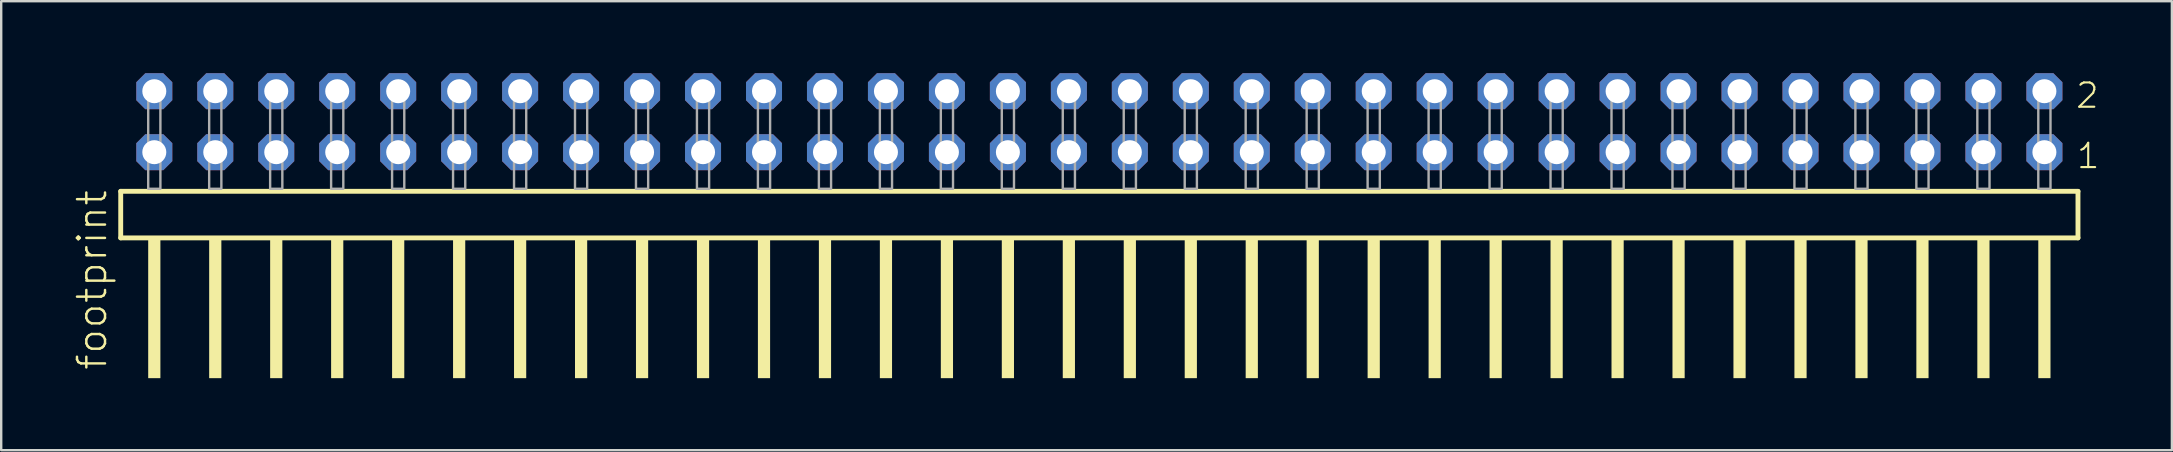
<source format=kicad_pcb>
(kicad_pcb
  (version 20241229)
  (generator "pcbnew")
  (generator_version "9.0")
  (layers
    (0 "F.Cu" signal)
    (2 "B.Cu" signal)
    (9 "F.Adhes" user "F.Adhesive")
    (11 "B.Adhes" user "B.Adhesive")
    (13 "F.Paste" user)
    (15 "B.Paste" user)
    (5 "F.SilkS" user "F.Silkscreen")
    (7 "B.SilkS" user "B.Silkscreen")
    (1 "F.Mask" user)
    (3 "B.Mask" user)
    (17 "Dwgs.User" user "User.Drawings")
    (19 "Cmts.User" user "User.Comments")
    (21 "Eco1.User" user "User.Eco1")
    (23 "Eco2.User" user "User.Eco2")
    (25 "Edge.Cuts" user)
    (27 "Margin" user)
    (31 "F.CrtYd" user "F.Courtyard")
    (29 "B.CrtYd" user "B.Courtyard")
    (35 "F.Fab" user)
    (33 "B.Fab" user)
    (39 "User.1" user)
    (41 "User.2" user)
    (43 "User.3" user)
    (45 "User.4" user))
  (footprint "footprint"
    (layer "F.Cu")
    (at 42.748 4.814)
    (property "Reference" "footprint" (at -41.275 7.62 90) (layer "F.SilkS") (effects (font (size 1.168 1.168) (thickness 0.102)) (justify left bottom)))
    (fp_line (start -40.769 0.106) (end -40.769 2.046) (stroke (width 0.203) (type solid)) (layer "F.SilkS"))
    (fp_line (start -40.769 2.046) (end 40.769 2.046) (stroke (width 0.203) (type solid)) (layer "F.SilkS"))
    (fp_line (start 40.769 0.106) (end -40.769 0.106) (stroke (width 0.203) (type solid)) (layer "F.SilkS"))
    (fp_line (start 40.769 2.046) (end 40.769 0.106) (stroke (width 0.203) (type solid)) (layer "F.SilkS"))
    (fp_poly (pts (xy -39.624 7.89) (xy -39.116 7.89) (xy -39.116 2.04) (xy -39.624 2.04)) (stroke (width 0) (type solid)) (fill yes) (layer "F.SilkS"))
    (fp_poly (pts (xy -37.084 7.89) (xy -36.576 7.89) (xy -36.576 2.04) (xy -37.084 2.04)) (stroke (width 0) (type solid)) (fill yes) (layer "F.SilkS"))
    (fp_poly (pts (xy -34.544 7.89) (xy -34.036 7.89) (xy -34.036 2.04) (xy -34.544 2.04)) (stroke (width 0) (type solid)) (fill yes) (layer "F.SilkS"))
    (fp_poly (pts (xy -32.004 7.89) (xy -31.496 7.89) (xy -31.496 2.04) (xy -32.004 2.04)) (stroke (width 0) (type solid)) (fill yes) (layer "F.SilkS"))
    (fp_poly (pts (xy -29.464 7.89) (xy -28.956 7.89) (xy -28.956 2.04) (xy -29.464 2.04)) (stroke (width 0) (type solid)) (fill yes) (layer "F.SilkS"))
    (fp_poly (pts (xy -26.924 7.89) (xy -26.416 7.89) (xy -26.416 2.04) (xy -26.924 2.04)) (stroke (width 0) (type solid)) (fill yes) (layer "F.SilkS"))
    (fp_poly (pts (xy -24.384 7.89) (xy -23.876 7.89) (xy -23.876 2.04) (xy -24.384 2.04)) (stroke (width 0) (type solid)) (fill yes) (layer "F.SilkS"))
    (fp_poly (pts (xy -21.844 7.89) (xy -21.336 7.89) (xy -21.336 2.04) (xy -21.844 2.04)) (stroke (width 0) (type solid)) (fill yes) (layer "F.SilkS"))
    (fp_poly (pts (xy -19.304 7.89) (xy -18.796 7.89) (xy -18.796 2.04) (xy -19.304 2.04)) (stroke (width 0) (type solid)) (fill yes) (layer "F.SilkS"))
    (fp_poly (pts (xy -16.764 7.89) (xy -16.256 7.89) (xy -16.256 2.04) (xy -16.764 2.04)) (stroke (width 0) (type solid)) (fill yes) (layer "F.SilkS"))
    (fp_poly (pts (xy -14.224 7.89) (xy -13.716 7.89) (xy -13.716 2.04) (xy -14.224 2.04)) (stroke (width 0) (type solid)) (fill yes) (layer "F.SilkS"))
    (fp_poly (pts (xy -11.684 7.89) (xy -11.176 7.89) (xy -11.176 2.04) (xy -11.684 2.04)) (stroke (width 0) (type solid)) (fill yes) (layer "F.SilkS"))
    (fp_poly (pts (xy -9.144 7.89) (xy -8.636 7.89) (xy -8.636 2.04) (xy -9.144 2.04)) (stroke (width 0) (type solid)) (fill yes) (layer "F.SilkS"))
    (fp_poly (pts (xy -6.604 7.89) (xy -6.096 7.89) (xy -6.096 2.04) (xy -6.604 2.04)) (stroke (width 0) (type solid)) (fill yes) (layer "F.SilkS"))
    (fp_poly (pts (xy -4.064 7.89) (xy -3.556 7.89) (xy -3.556 2.04) (xy -4.064 2.04)) (stroke (width 0) (type solid)) (fill yes) (layer "F.SilkS"))
    (fp_poly (pts (xy -1.524 7.89) (xy -1.016 7.89) (xy -1.016 2.04) (xy -1.524 2.04)) (stroke (width 0) (type solid)) (fill yes) (layer "F.SilkS"))
    (fp_poly (pts (xy 1.016 7.89) (xy 1.524 7.89) (xy 1.524 2.04) (xy 1.016 2.04)) (stroke (width 0) (type solid)) (fill yes) (layer "F.SilkS"))
    (fp_poly (pts (xy 3.556 7.89) (xy 4.064 7.89) (xy 4.064 2.04) (xy 3.556 2.04)) (stroke (width 0) (type solid)) (fill yes) (layer "F.SilkS"))
    (fp_poly (pts (xy 6.096 7.89) (xy 6.604 7.89) (xy 6.604 2.04) (xy 6.096 2.04)) (stroke (width 0) (type solid)) (fill yes) (layer "F.SilkS"))
    (fp_poly (pts (xy 8.636 7.89) (xy 9.144 7.89) (xy 9.144 2.04) (xy 8.636 2.04)) (stroke (width 0) (type solid)) (fill yes) (layer "F.SilkS"))
    (fp_poly (pts (xy 11.176 7.89) (xy 11.684 7.89) (xy 11.684 2.04) (xy 11.176 2.04)) (stroke (width 0) (type solid)) (fill yes) (layer "F.SilkS"))
    (fp_poly (pts (xy 13.716 7.89) (xy 14.224 7.89) (xy 14.224 2.04) (xy 13.716 2.04)) (stroke (width 0) (type solid)) (fill yes) (layer "F.SilkS"))
    (fp_poly (pts (xy 16.256 7.89) (xy 16.764 7.89) (xy 16.764 2.04) (xy 16.256 2.04)) (stroke (width 0) (type solid)) (fill yes) (layer "F.SilkS"))
    (fp_poly (pts (xy 18.796 7.89) (xy 19.304 7.89) (xy 19.304 2.04) (xy 18.796 2.04)) (stroke (width 0) (type solid)) (fill yes) (layer "F.SilkS"))
    (fp_poly (pts (xy 21.336 7.89) (xy 21.844 7.89) (xy 21.844 2.04) (xy 21.336 2.04)) (stroke (width 0) (type solid)) (fill yes) (layer "F.SilkS"))
    (fp_poly (pts (xy 23.876 7.89) (xy 24.384 7.89) (xy 24.384 2.04) (xy 23.876 2.04)) (stroke (width 0) (type solid)) (fill yes) (layer "F.SilkS"))
    (fp_poly (pts (xy 26.416 7.89) (xy 26.924 7.89) (xy 26.924 2.04) (xy 26.416 2.04)) (stroke (width 0) (type solid)) (fill yes) (layer "F.SilkS"))
    (fp_poly (pts (xy 28.956 7.89) (xy 29.464 7.89) (xy 29.464 2.04) (xy 28.956 2.04)) (stroke (width 0) (type solid)) (fill yes) (layer "F.SilkS"))
    (fp_poly (pts (xy 31.496 7.89) (xy 32.004 7.89) (xy 32.004 2.04) (xy 31.496 2.04)) (stroke (width 0) (type solid)) (fill yes) (layer "F.SilkS"))
    (fp_poly (pts (xy 34.036 7.89) (xy 34.544 7.89) (xy 34.544 2.04) (xy 34.036 2.04)) (stroke (width 0) (type solid)) (fill yes) (layer "F.SilkS"))
    (fp_poly (pts (xy 36.576 7.89) (xy 37.084 7.89) (xy 37.084 2.04) (xy 36.576 2.04)) (stroke (width 0) (type solid)) (fill yes) (layer "F.SilkS"))
    (fp_poly (pts (xy 39.116 7.89) (xy 39.624 7.89) (xy 39.624 2.04) (xy 39.116 2.04)) (stroke (width 0) (type solid)) (fill yes) (layer "F.SilkS"))
    (fp_poly (pts (xy -39.624 0) (xy -39.116 0) (xy -39.116 -4.318) (xy -39.624 -4.318)) (stroke (width 0.1) (type solid)) (fill no) (layer "F.Fab"))
    (fp_poly (pts (xy -37.084 0) (xy -36.576 0) (xy -36.576 -4.318) (xy -37.084 -4.318)) (stroke (width 0.1) (type solid)) (fill no) (layer "F.Fab"))
    (fp_poly (pts (xy -34.544 0) (xy -34.036 0) (xy -34.036 -4.318) (xy -34.544 -4.318)) (stroke (width 0.1) (type solid)) (fill no) (layer "F.Fab"))
    (fp_poly (pts (xy -32.004 0) (xy -31.496 0) (xy -31.496 -4.318) (xy -32.004 -4.318)) (stroke (width 0.1) (type solid)) (fill no) (layer "F.Fab"))
    (fp_poly (pts (xy -29.464 0) (xy -28.956 0) (xy -28.956 -4.318) (xy -29.464 -4.318)) (stroke (width 0.1) (type solid)) (fill no) (layer "F.Fab"))
    (fp_poly (pts (xy -26.924 0) (xy -26.416 0) (xy -26.416 -4.318) (xy -26.924 -4.318)) (stroke (width 0.1) (type solid)) (fill no) (layer "F.Fab"))
    (fp_poly (pts (xy -24.384 0) (xy -23.876 0) (xy -23.876 -4.318) (xy -24.384 -4.318)) (stroke (width 0.1) (type solid)) (fill no) (layer "F.Fab"))
    (fp_poly (pts (xy -21.844 0) (xy -21.336 0) (xy -21.336 -4.318) (xy -21.844 -4.318)) (stroke (width 0.1) (type solid)) (fill no) (layer "F.Fab"))
    (fp_poly (pts (xy -19.304 0) (xy -18.796 0) (xy -18.796 -4.318) (xy -19.304 -4.318)) (stroke (width 0.1) (type solid)) (fill no) (layer "F.Fab"))
    (fp_poly (pts (xy -16.764 0) (xy -16.256 0) (xy -16.256 -4.318) (xy -16.764 -4.318)) (stroke (width 0.1) (type solid)) (fill no) (layer "F.Fab"))
    (fp_poly (pts (xy -14.224 0) (xy -13.716 0) (xy -13.716 -4.318) (xy -14.224 -4.318)) (stroke (width 0.1) (type solid)) (fill no) (layer "F.Fab"))
    (fp_poly (pts (xy -11.684 0) (xy -11.176 0) (xy -11.176 -4.318) (xy -11.684 -4.318)) (stroke (width 0.1) (type solid)) (fill no) (layer "F.Fab"))
    (fp_poly (pts (xy -9.144 0) (xy -8.636 0) (xy -8.636 -4.318) (xy -9.144 -4.318)) (stroke (width 0.1) (type solid)) (fill no) (layer "F.Fab"))
    (fp_poly (pts (xy -6.604 0) (xy -6.096 0) (xy -6.096 -4.318) (xy -6.604 -4.318)) (stroke (width 0.1) (type solid)) (fill no) (layer "F.Fab"))
    (fp_poly (pts (xy -4.064 0) (xy -3.556 0) (xy -3.556 -4.318) (xy -4.064 -4.318)) (stroke (width 0.1) (type solid)) (fill no) (layer "F.Fab"))
    (fp_poly (pts (xy -1.524 0) (xy -1.016 0) (xy -1.016 -4.318) (xy -1.524 -4.318)) (stroke (width 0.1) (type solid)) (fill no) (layer "F.Fab"))
    (fp_poly (pts (xy 1.016 0) (xy 1.524 0) (xy 1.524 -4.318) (xy 1.016 -4.318)) (stroke (width 0.1) (type solid)) (fill no) (layer "F.Fab"))
    (fp_poly (pts (xy 3.556 0) (xy 4.064 0) (xy 4.064 -4.318) (xy 3.556 -4.318)) (stroke (width 0.1) (type solid)) (fill no) (layer "F.Fab"))
    (fp_poly (pts (xy 6.096 0) (xy 6.604 0) (xy 6.604 -4.318) (xy 6.096 -4.318)) (stroke (width 0.1) (type solid)) (fill no) (layer "F.Fab"))
    (fp_poly (pts (xy 8.636 0) (xy 9.144 0) (xy 9.144 -4.318) (xy 8.636 -4.318)) (stroke (width 0.1) (type solid)) (fill no) (layer "F.Fab"))
    (fp_poly (pts (xy 11.176 0) (xy 11.684 0) (xy 11.684 -4.318) (xy 11.176 -4.318)) (stroke (width 0.1) (type solid)) (fill no) (layer "F.Fab"))
    (fp_poly (pts (xy 13.716 0) (xy 14.224 0) (xy 14.224 -4.318) (xy 13.716 -4.318)) (stroke (width 0.1) (type solid)) (fill no) (layer "F.Fab"))
    (fp_poly (pts (xy 16.256 0) (xy 16.764 0) (xy 16.764 -4.318) (xy 16.256 -4.318)) (stroke (width 0.1) (type solid)) (fill no) (layer "F.Fab"))
    (fp_poly (pts (xy 18.796 0) (xy 19.304 0) (xy 19.304 -4.318) (xy 18.796 -4.318)) (stroke (width 0.1) (type solid)) (fill no) (layer "F.Fab"))
    (fp_poly (pts (xy 21.336 0) (xy 21.844 0) (xy 21.844 -4.318) (xy 21.336 -4.318)) (stroke (width 0.1) (type solid)) (fill no) (layer "F.Fab"))
    (fp_poly (pts (xy 23.876 0) (xy 24.384 0) (xy 24.384 -4.318) (xy 23.876 -4.318)) (stroke (width 0.1) (type solid)) (fill no) (layer "F.Fab"))
    (fp_poly (pts (xy 26.416 0) (xy 26.924 0) (xy 26.924 -4.318) (xy 26.416 -4.318)) (stroke (width 0.1) (type solid)) (fill no) (layer "F.Fab"))
    (fp_poly (pts (xy 28.956 0) (xy 29.464 0) (xy 29.464 -4.318) (xy 28.956 -4.318)) (stroke (width 0.1) (type solid)) (fill no) (layer "F.Fab"))
    (fp_poly (pts (xy 31.496 0) (xy 32.004 0) (xy 32.004 -4.318) (xy 31.496 -4.318)) (stroke (width 0.1) (type solid)) (fill no) (layer "F.Fab"))
    (fp_poly (pts (xy 34.036 0) (xy 34.544 0) (xy 34.544 -4.318) (xy 34.036 -4.318)) (stroke (width 0.1) (type solid)) (fill no) (layer "F.Fab"))
    (fp_poly (pts (xy 36.576 0) (xy 37.084 0) (xy 37.084 -4.318) (xy 36.576 -4.318)) (stroke (width 0.1) (type solid)) (fill no) (layer "F.Fab"))
    (fp_poly (pts (xy 39.116 0) (xy 39.624 0) (xy 39.624 -4.318) (xy 39.116 -4.318)) (stroke (width 0.1) (type solid)) (fill no) (layer "F.Fab"))
    (fp_text user "1" (at 40.655 -0.775 0) (layer "F.SilkS") (effects (font (size 1.012 1.012) (thickness 0.088)) (justify left bottom)))
    (fp_text user "2" (at 40.62 -3.29 0) (layer "F.SilkS") (effects (font (size 1.012 1.012) (thickness 0.088)) (justify left bottom)))
    (pad "1" thru_hole roundrect (at 39.37 -1.524 180) (size 1.5 1.5) (drill 1) (layers "*.Cu" "*.Mask") (roundrect_rratio 0.25) (chamfer_ratio 0.25) (chamfer top_left top_right bottom_left bottom_right))
    (pad "2" thru_hole roundrect (at 39.37 -4.064 180) (size 1.5 1.5) (drill 1) (layers "*.Cu" "*.Mask") (roundrect_rratio 0.25) (chamfer_ratio 0.25) (chamfer top_left top_right bottom_left bottom_right))
    (pad "3" thru_hole roundrect (at 36.83 -1.524 180) (size 1.5 1.5) (drill 1) (layers "*.Cu" "*.Mask") (roundrect_rratio 0.25) (chamfer_ratio 0.25) (chamfer top_left top_right bottom_left bottom_right))
    (pad "4" thru_hole roundrect (at 36.83 -4.064 180) (size 1.5 1.5) (drill 1) (layers "*.Cu" "*.Mask") (roundrect_rratio 0.25) (chamfer_ratio 0.25) (chamfer top_left top_right bottom_left bottom_right))
    (pad "5" thru_hole roundrect (at 34.29 -1.524 180) (size 1.5 1.5) (drill 1) (layers "*.Cu" "*.Mask") (roundrect_rratio 0.25) (chamfer_ratio 0.25) (chamfer top_left top_right bottom_left bottom_right))
    (pad "6" thru_hole roundrect (at 34.29 -4.064 180) (size 1.5 1.5) (drill 1) (layers "*.Cu" "*.Mask") (roundrect_rratio 0.25) (chamfer_ratio 0.25) (chamfer top_left top_right bottom_left bottom_right))
    (pad "7" thru_hole roundrect (at 31.75 -1.524 180) (size 1.5 1.5) (drill 1) (layers "*.Cu" "*.Mask") (roundrect_rratio 0.25) (chamfer_ratio 0.25) (chamfer top_left top_right bottom_left bottom_right))
    (pad "8" thru_hole roundrect (at 31.75 -4.064 180) (size 1.5 1.5) (drill 1) (layers "*.Cu" "*.Mask") (roundrect_rratio 0.25) (chamfer_ratio 0.25) (chamfer top_left top_right bottom_left bottom_right))
    (pad "9" thru_hole roundrect (at 29.21 -1.524 180) (size 1.5 1.5) (drill 1) (layers "*.Cu" "*.Mask") (roundrect_rratio 0.25) (chamfer_ratio 0.25) (chamfer top_left top_right bottom_left bottom_right))
    (pad "10" thru_hole roundrect (at 29.21 -4.064 180) (size 1.5 1.5) (drill 1) (layers "*.Cu" "*.Mask") (roundrect_rratio 0.25) (chamfer_ratio 0.25) (chamfer top_left top_right bottom_left bottom_right))
    (pad "11" thru_hole roundrect (at 26.67 -1.524 180) (size 1.5 1.5) (drill 1) (layers "*.Cu" "*.Mask") (roundrect_rratio 0.25) (chamfer_ratio 0.25) (chamfer top_left top_right bottom_left bottom_right))
    (pad "12" thru_hole roundrect (at 26.67 -4.064 180) (size 1.5 1.5) (drill 1) (layers "*.Cu" "*.Mask") (roundrect_rratio 0.25) (chamfer_ratio 0.25) (chamfer top_left top_right bottom_left bottom_right))
    (pad "13" thru_hole roundrect (at 24.13 -1.524 180) (size 1.5 1.5) (drill 1) (layers "*.Cu" "*.Mask") (roundrect_rratio 0.25) (chamfer_ratio 0.25) (chamfer top_left top_right bottom_left bottom_right))
    (pad "14" thru_hole roundrect (at 24.13 -4.064 180) (size 1.5 1.5) (drill 1) (layers "*.Cu" "*.Mask") (roundrect_rratio 0.25) (chamfer_ratio 0.25) (chamfer top_left top_right bottom_left bottom_right))
    (pad "15" thru_hole roundrect (at 21.59 -1.524 180) (size 1.5 1.5) (drill 1) (layers "*.Cu" "*.Mask") (roundrect_rratio 0.25) (chamfer_ratio 0.25) (chamfer top_left top_right bottom_left bottom_right))
    (pad "16" thru_hole roundrect (at 21.59 -4.064 180) (size 1.5 1.5) (drill 1) (layers "*.Cu" "*.Mask") (roundrect_rratio 0.25) (chamfer_ratio 0.25) (chamfer top_left top_right bottom_left bottom_right))
    (pad "17" thru_hole roundrect (at 19.05 -1.524 180) (size 1.5 1.5) (drill 1) (layers "*.Cu" "*.Mask") (roundrect_rratio 0.25) (chamfer_ratio 0.25) (chamfer top_left top_right bottom_left bottom_right))
    (pad "18" thru_hole roundrect (at 19.05 -4.064 180) (size 1.5 1.5) (drill 1) (layers "*.Cu" "*.Mask") (roundrect_rratio 0.25) (chamfer_ratio 0.25) (chamfer top_left top_right bottom_left bottom_right))
    (pad "19" thru_hole roundrect (at 16.51 -1.524 180) (size 1.5 1.5) (drill 1) (layers "*.Cu" "*.Mask") (roundrect_rratio 0.25) (chamfer_ratio 0.25) (chamfer top_left top_right bottom_left bottom_right))
    (pad "20" thru_hole roundrect (at 16.51 -4.064 180) (size 1.5 1.5) (drill 1) (layers "*.Cu" "*.Mask") (roundrect_rratio 0.25) (chamfer_ratio 0.25) (chamfer top_left top_right bottom_left bottom_right))
    (pad "21" thru_hole roundrect (at 13.97 -1.524 180) (size 1.5 1.5) (drill 1) (layers "*.Cu" "*.Mask") (roundrect_rratio 0.25) (chamfer_ratio 0.25) (chamfer top_left top_right bottom_left bottom_right))
    (pad "22" thru_hole roundrect (at 13.97 -4.064 180) (size 1.5 1.5) (drill 1) (layers "*.Cu" "*.Mask") (roundrect_rratio 0.25) (chamfer_ratio 0.25) (chamfer top_left top_right bottom_left bottom_right))
    (pad "23" thru_hole roundrect (at 11.43 -1.524 180) (size 1.5 1.5) (drill 1) (layers "*.Cu" "*.Mask") (roundrect_rratio 0.25) (chamfer_ratio 0.25) (chamfer top_left top_right bottom_left bottom_right))
    (pad "24" thru_hole roundrect (at 11.43 -4.064 180) (size 1.5 1.5) (drill 1) (layers "*.Cu" "*.Mask") (roundrect_rratio 0.25) (chamfer_ratio 0.25) (chamfer top_left top_right bottom_left bottom_right))
    (pad "25" thru_hole roundrect (at 8.89 -1.524 180) (size 1.5 1.5) (drill 1) (layers "*.Cu" "*.Mask") (roundrect_rratio 0.25) (chamfer_ratio 0.25) (chamfer top_left top_right bottom_left bottom_right))
    (pad "26" thru_hole roundrect (at 8.89 -4.064 180) (size 1.5 1.5) (drill 1) (layers "*.Cu" "*.Mask") (roundrect_rratio 0.25) (chamfer_ratio 0.25) (chamfer top_left top_right bottom_left bottom_right))
    (pad "27" thru_hole roundrect (at 6.35 -1.524 180) (size 1.5 1.5) (drill 1) (layers "*.Cu" "*.Mask") (roundrect_rratio 0.25) (chamfer_ratio 0.25) (chamfer top_left top_right bottom_left bottom_right))
    (pad "28" thru_hole roundrect (at 6.35 -4.064 180) (size 1.5 1.5) (drill 1) (layers "*.Cu" "*.Mask") (roundrect_rratio 0.25) (chamfer_ratio 0.25) (chamfer top_left top_right bottom_left bottom_right))
    (pad "29" thru_hole roundrect (at 3.81 -1.524 180) (size 1.5 1.5) (drill 1) (layers "*.Cu" "*.Mask") (roundrect_rratio 0.25) (chamfer_ratio 0.25) (chamfer top_left top_right bottom_left bottom_right))
    (pad "30" thru_hole roundrect (at 3.81 -4.064 180) (size 1.5 1.5) (drill 1) (layers "*.Cu" "*.Mask") (roundrect_rratio 0.25) (chamfer_ratio 0.25) (chamfer top_left top_right bottom_left bottom_right))
    (pad "31" thru_hole roundrect (at 1.27 -1.524 180) (size 1.5 1.5) (drill 1) (layers "*.Cu" "*.Mask") (roundrect_rratio 0.25) (chamfer_ratio 0.25) (chamfer top_left top_right bottom_left bottom_right))
    (pad "32" thru_hole roundrect (at 1.27 -4.064 180) (size 1.5 1.5) (drill 1) (layers "*.Cu" "*.Mask") (roundrect_rratio 0.25) (chamfer_ratio 0.25) (chamfer top_left top_right bottom_left bottom_right))
    (pad "33" thru_hole roundrect (at -1.27 -1.524 180) (size 1.5 1.5) (drill 1) (layers "*.Cu" "*.Mask") (roundrect_rratio 0.25) (chamfer_ratio 0.25) (chamfer top_left top_right bottom_left bottom_right))
    (pad "34" thru_hole roundrect (at -1.27 -4.064 180) (size 1.5 1.5) (drill 1) (layers "*.Cu" "*.Mask") (roundrect_rratio 0.25) (chamfer_ratio 0.25) (chamfer top_left top_right bottom_left bottom_right))
    (pad "35" thru_hole roundrect (at -3.81 -1.524 180) (size 1.5 1.5) (drill 1) (layers "*.Cu" "*.Mask") (roundrect_rratio 0.25) (chamfer_ratio 0.25) (chamfer top_left top_right bottom_left bottom_right))
    (pad "36" thru_hole roundrect (at -3.81 -4.064 180) (size 1.5 1.5) (drill 1) (layers "*.Cu" "*.Mask") (roundrect_rratio 0.25) (chamfer_ratio 0.25) (chamfer top_left top_right bottom_left bottom_right))
    (pad "37" thru_hole roundrect (at -6.35 -1.524 180) (size 1.5 1.5) (drill 1) (layers "*.Cu" "*.Mask") (roundrect_rratio 0.25) (chamfer_ratio 0.25) (chamfer top_left top_right bottom_left bottom_right))
    (pad "38" thru_hole roundrect (at -6.35 -4.064 180) (size 1.5 1.5) (drill 1) (layers "*.Cu" "*.Mask") (roundrect_rratio 0.25) (chamfer_ratio 0.25) (chamfer top_left top_right bottom_left bottom_right))
    (pad "39" thru_hole roundrect (at -8.89 -1.524 180) (size 1.5 1.5) (drill 1) (layers "*.Cu" "*.Mask") (roundrect_rratio 0.25) (chamfer_ratio 0.25) (chamfer top_left top_right bottom_left bottom_right))
    (pad "40" thru_hole roundrect (at -8.89 -4.064 180) (size 1.5 1.5) (drill 1) (layers "*.Cu" "*.Mask") (roundrect_rratio 0.25) (chamfer_ratio 0.25) (chamfer top_left top_right bottom_left bottom_right))
    (pad "41" thru_hole roundrect (at -11.43 -1.524 180) (size 1.5 1.5) (drill 1) (layers "*.Cu" "*.Mask") (roundrect_rratio 0.25) (chamfer_ratio 0.25) (chamfer top_left top_right bottom_left bottom_right))
    (pad "42" thru_hole roundrect (at -11.43 -4.064 180) (size 1.5 1.5) (drill 1) (layers "*.Cu" "*.Mask") (roundrect_rratio 0.25) (chamfer_ratio 0.25) (chamfer top_left top_right bottom_left bottom_right))
    (pad "43" thru_hole roundrect (at -13.97 -1.524 180) (size 1.5 1.5) (drill 1) (layers "*.Cu" "*.Mask") (roundrect_rratio 0.25) (chamfer_ratio 0.25) (chamfer top_left top_right bottom_left bottom_right))
    (pad "44" thru_hole roundrect (at -13.97 -4.064 180) (size 1.5 1.5) (drill 1) (layers "*.Cu" "*.Mask") (roundrect_rratio 0.25) (chamfer_ratio 0.25) (chamfer top_left top_right bottom_left bottom_right))
    (pad "45" thru_hole roundrect (at -16.51 -1.524 180) (size 1.5 1.5) (drill 1) (layers "*.Cu" "*.Mask") (roundrect_rratio 0.25) (chamfer_ratio 0.25) (chamfer top_left top_right bottom_left bottom_right))
    (pad "46" thru_hole roundrect (at -16.51 -4.064 180) (size 1.5 1.5) (drill 1) (layers "*.Cu" "*.Mask") (roundrect_rratio 0.25) (chamfer_ratio 0.25) (chamfer top_left top_right bottom_left bottom_right))
    (pad "47" thru_hole roundrect (at -19.05 -1.524 180) (size 1.5 1.5) (drill 1) (layers "*.Cu" "*.Mask") (roundrect_rratio 0.25) (chamfer_ratio 0.25) (chamfer top_left top_right bottom_left bottom_right))
    (pad "48" thru_hole roundrect (at -19.05 -4.064 180) (size 1.5 1.5) (drill 1) (layers "*.Cu" "*.Mask") (roundrect_rratio 0.25) (chamfer_ratio 0.25) (chamfer top_left top_right bottom_left bottom_right))
    (pad "49" thru_hole roundrect (at -21.59 -1.524 180) (size 1.5 1.5) (drill 1) (layers "*.Cu" "*.Mask") (roundrect_rratio 0.25) (chamfer_ratio 0.25) (chamfer top_left top_right bottom_left bottom_right))
    (pad "50" thru_hole roundrect (at -21.59 -4.064 180) (size 1.5 1.5) (drill 1) (layers "*.Cu" "*.Mask") (roundrect_rratio 0.25) (chamfer_ratio 0.25) (chamfer top_left top_right bottom_left bottom_right))
    (pad "51" thru_hole roundrect (at -24.13 -1.524 180) (size 1.5 1.5) (drill 1) (layers "*.Cu" "*.Mask") (roundrect_rratio 0.25) (chamfer_ratio 0.25) (chamfer top_left top_right bottom_left bottom_right))
    (pad "52" thru_hole roundrect (at -24.13 -4.064 180) (size 1.5 1.5) (drill 1) (layers "*.Cu" "*.Mask") (roundrect_rratio 0.25) (chamfer_ratio 0.25) (chamfer top_left top_right bottom_left bottom_right))
    (pad "53" thru_hole roundrect (at -26.67 -1.524 180) (size 1.5 1.5) (drill 1) (layers "*.Cu" "*.Mask") (roundrect_rratio 0.25) (chamfer_ratio 0.25) (chamfer top_left top_right bottom_left bottom_right))
    (pad "54" thru_hole roundrect (at -26.67 -4.064 180) (size 1.5 1.5) (drill 1) (layers "*.Cu" "*.Mask") (roundrect_rratio 0.25) (chamfer_ratio 0.25) (chamfer top_left top_right bottom_left bottom_right))
    (pad "55" thru_hole roundrect (at -29.21 -1.524 180) (size 1.5 1.5) (drill 1) (layers "*.Cu" "*.Mask") (roundrect_rratio 0.25) (chamfer_ratio 0.25) (chamfer top_left top_right bottom_left bottom_right))
    (pad "56" thru_hole roundrect (at -29.21 -4.064 180) (size 1.5 1.5) (drill 1) (layers "*.Cu" "*.Mask") (roundrect_rratio 0.25) (chamfer_ratio 0.25) (chamfer top_left top_right bottom_left bottom_right))
    (pad "57" thru_hole roundrect (at -31.75 -1.524 180) (size 1.5 1.5) (drill 1) (layers "*.Cu" "*.Mask") (roundrect_rratio 0.25) (chamfer_ratio 0.25) (chamfer top_left top_right bottom_left bottom_right))
    (pad "58" thru_hole roundrect (at -31.75 -4.064 180) (size 1.5 1.5) (drill 1) (layers "*.Cu" "*.Mask") (roundrect_rratio 0.25) (chamfer_ratio 0.25) (chamfer top_left top_right bottom_left bottom_right))
    (pad "59" thru_hole roundrect (at -34.29 -1.524 180) (size 1.5 1.5) (drill 1) (layers "*.Cu" "*.Mask") (roundrect_rratio 0.25) (chamfer_ratio 0.25) (chamfer top_left top_right bottom_left bottom_right))
    (pad "60" thru_hole roundrect (at -34.29 -4.064 180) (size 1.5 1.5) (drill 1) (layers "*.Cu" "*.Mask") (roundrect_rratio 0.25) (chamfer_ratio 0.25) (chamfer top_left top_right bottom_left bottom_right))
    (pad "61" thru_hole roundrect (at -36.83 -1.524 180) (size 1.5 1.5) (drill 1) (layers "*.Cu" "*.Mask") (roundrect_rratio 0.25) (chamfer_ratio 0.25) (chamfer top_left top_right bottom_left bottom_right))
    (pad "62" thru_hole roundrect (at -36.83 -4.064 180) (size 1.5 1.5) (drill 1) (layers "*.Cu" "*.Mask") (roundrect_rratio 0.25) (chamfer_ratio 0.25) (chamfer top_left top_right bottom_left bottom_right))
    (pad "63" thru_hole roundrect (at -39.37 -1.524 180) (size 1.5 1.5) (drill 1) (layers "*.Cu" "*.Mask") (roundrect_rratio 0.25) (chamfer_ratio 0.25) (chamfer top_left top_right bottom_left bottom_right))
    (pad "64" thru_hole roundrect (at -39.37 -4.064 180) (size 1.5 1.5) (drill 1) (layers "*.Cu" "*.Mask") (roundrect_rratio 0.25) (chamfer_ratio 0.25) (chamfer top_left top_right bottom_left bottom_right)))
  (gr_rect
    (start -3 -3)
    (end 87.429 15.704)
    (stroke (width 0.1) (type default))
    (fill no)
    (layer "Edge.Cuts")))
</source>
